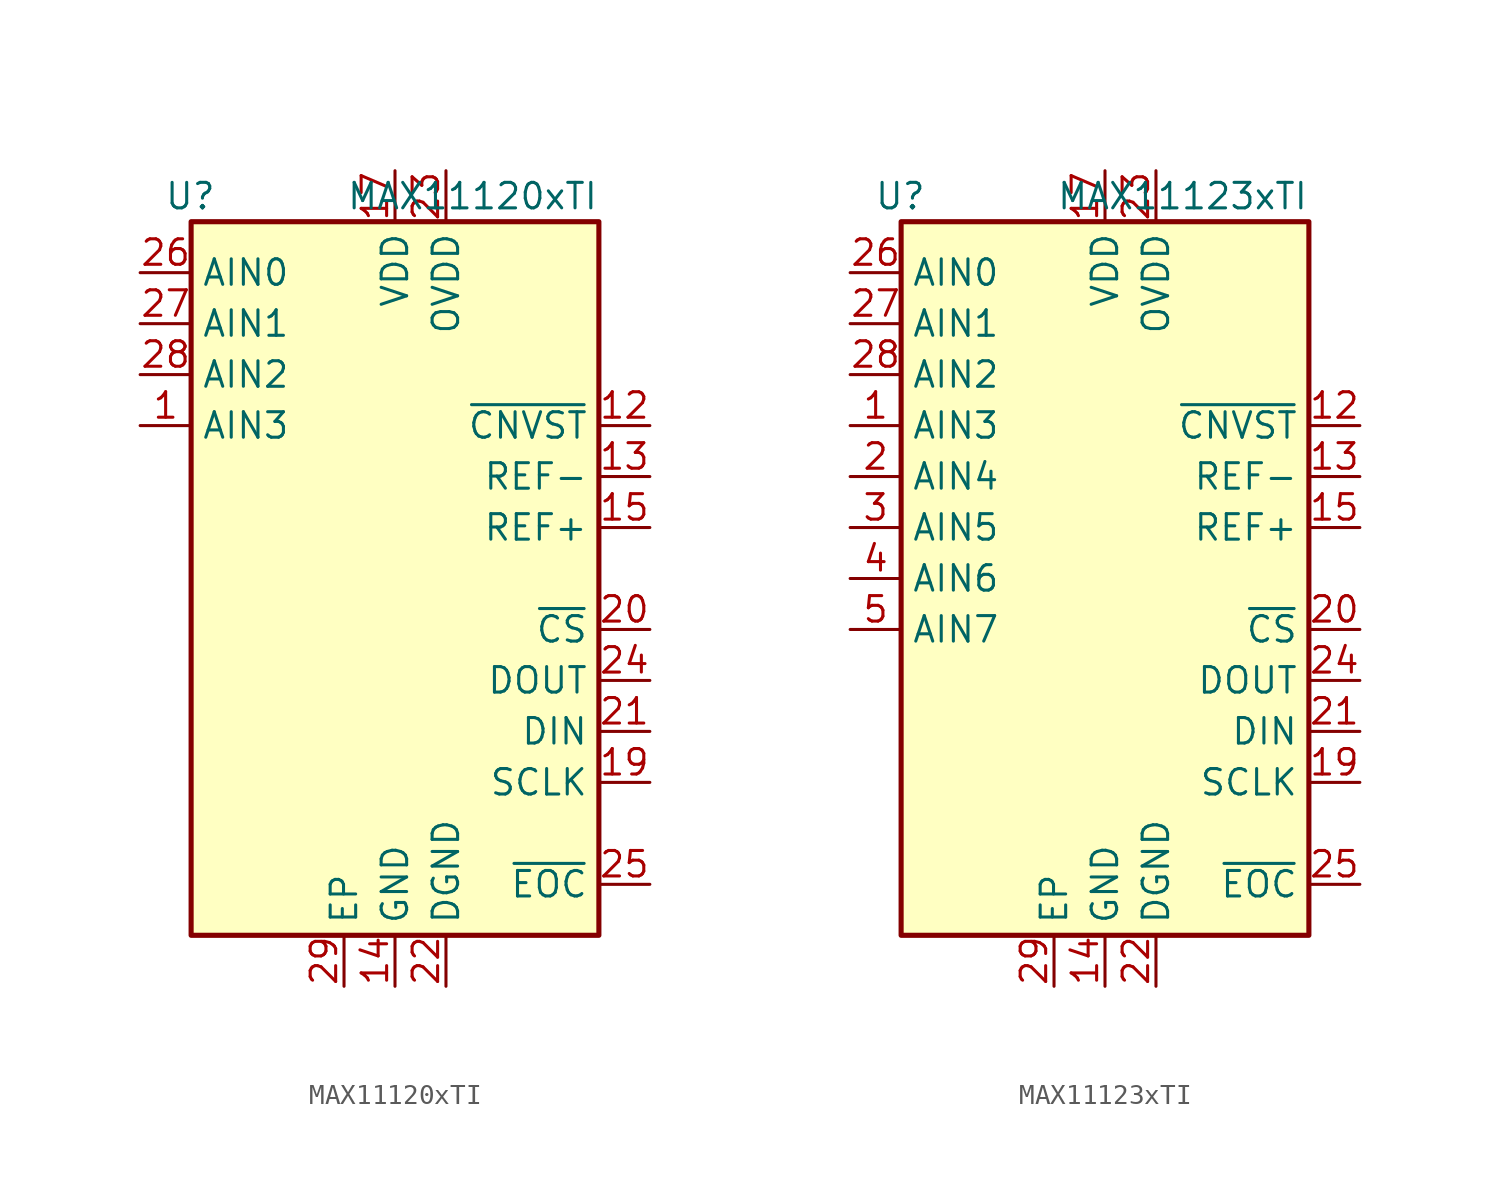
<source format=kicad_sym>
(kicad_symbol_lib
  (version 20241209)
  (generator "kicad_symbol_editor")
  (generator_version "9.0")
  (symbol "MAX11120xTI"
    (property "Reference" "U"
      (at -8.89 19.05 0)
      (effects (font (size 1.27 1.27)) (justify right)))
    (property "Value" "MAX11120xTI"
      (at 10.16 19.05 0)
      (effects (font (size 1.27 1.27)) (justify right)))
    (symbol "MAX11120xTI_0_1"
      (rectangle (start 10.16 17.78) (end -10.16 -17.78) (stroke (width 0.254) (type default)) (fill (type background))))
    (symbol "MAX11120xTI_1_1"
      (pin input line (at -12.7 15.24 0) (length 2.54) (name "AIN0" (effects (font (size 1.27 1.27)))) (number "26" (effects (font (size 1.27 1.27)))))
      (pin input line (at -12.7 12.7 0) (length 2.54) (name "AIN1" (effects (font (size 1.27 1.27)))) (number "27" (effects (font (size 1.27 1.27)))))
      (pin input line (at -12.7 10.16 0) (length 2.54) (name "AIN2" (effects (font (size 1.27 1.27)))) (number "28" (effects (font (size 1.27 1.27)))))
      (pin input line (at -12.7 7.62 0) (length 2.54) (name "AIN3" (effects (font (size 1.27 1.27)))) (number "1" (effects (font (size 1.27 1.27)))))
      (pin power_in line (at -2.54 -20.32 90) (length 2.54) (name "EP" (effects (font (size 1.27 1.27)))) (number "29" (effects (font (size 1.27 1.27)))))
      (pin power_in line (at 0 20.32 270) (length 2.54) (name "VDD" (effects (font (size 1.27 1.27)))) (number "17" (effects (font (size 1.27 1.27)))))
      (pin passive line (at 0 20.32 270) (length 2.54) (hide yes) (name "VDD" (effects (font (size 1.27 1.27)))) (number "18" (effects (font (size 1.27 1.27)))))
      (pin passive line (at 0 -20.32 90) (length 2.54) (hide yes) (name "GND" (effects (font (size 1.27 1.27)))) (number "10" (effects (font (size 1.27 1.27)))))
      (pin passive line (at 0 -20.32 90) (length 2.54) (hide yes) (name "GND" (effects (font (size 1.27 1.27)))) (number "11" (effects (font (size 1.27 1.27)))))
      (pin power_in line (at 0 -20.32 90) (length 2.54) (name "GND" (effects (font (size 1.27 1.27)))) (number "14" (effects (font (size 1.27 1.27)))))
      (pin passive line (at 0 -20.32 90) (length 2.54) (hide yes) (name "GND" (effects (font (size 1.27 1.27)))) (number "16" (effects (font (size 1.27 1.27)))))
      (pin passive line (at 0 -20.32 90) (length 2.54) (hide yes) (name "GND" (effects (font (size 1.27 1.27)))) (number "2" (effects (font (size 1.27 1.27)))))
      (pin passive line (at 0 -20.32 90) (length 2.54) (hide yes) (name "GND" (effects (font (size 1.27 1.27)))) (number "3" (effects (font (size 1.27 1.27)))))
      (pin passive line (at 0 -20.32 90) (length 2.54) (hide yes) (name "GND" (effects (font (size 1.27 1.27)))) (number "4" (effects (font (size 1.27 1.27)))))
      (pin passive line (at 0 -20.32 90) (length 2.54) (hide yes) (name "GND" (effects (font (size 1.27 1.27)))) (number "5" (effects (font (size 1.27 1.27)))))
      (pin passive line (at 0 -20.32 90) (length 2.54) (hide yes) (name "GND" (effects (font (size 1.27 1.27)))) (number "6" (effects (font (size 1.27 1.27)))))
      (pin passive line (at 0 -20.32 90) (length 2.54) (hide yes) (name "GND" (effects (font (size 1.27 1.27)))) (number "7" (effects (font (size 1.27 1.27)))))
      (pin passive line (at 0 -20.32 90) (length 2.54) (hide yes) (name "GND" (effects (font (size 1.27 1.27)))) (number "8" (effects (font (size 1.27 1.27)))))
      (pin passive line (at 0 -20.32 90) (length 2.54) (hide yes) (name "GND" (effects (font (size 1.27 1.27)))) (number "9" (effects (font (size 1.27 1.27)))))
      (pin power_in line (at 2.54 20.32 270) (length 2.54) (name "OVDD" (effects (font (size 1.27 1.27)))) (number "23" (effects (font (size 1.27 1.27)))))
      (pin power_in line (at 2.54 -20.32 90) (length 2.54) (name "DGND" (effects (font (size 1.27 1.27)))) (number "22" (effects (font (size 1.27 1.27)))))
      (pin input line (at 12.7 7.62 180) (length 2.54) (name "~{CNVST}" (effects (font (size 1.27 1.27)))) (number "12" (effects (font (size 1.27 1.27)))))
      (pin input line (at 12.7 5.08 180) (length 2.54) (name "REF-" (effects (font (size 1.27 1.27)))) (number "13" (effects (font (size 1.27 1.27)))))
      (pin input line (at 12.7 2.54 180) (length 2.54) (name "REF+" (effects (font (size 1.27 1.27)))) (number "15" (effects (font (size 1.27 1.27)))))
      (pin input line (at 12.7 -2.54 180) (length 2.54) (name "~{CS}" (effects (font (size 1.27 1.27)))) (number "20" (effects (font (size 1.27 1.27)))))
      (pin output line (at 12.7 -5.08 180) (length 2.54) (name "DOUT" (effects (font (size 1.27 1.27)))) (number "24" (effects (font (size 1.27 1.27)))))
      (pin input line (at 12.7 -7.62 180) (length 2.54) (name "DIN" (effects (font (size 1.27 1.27)))) (number "21" (effects (font (size 1.27 1.27)))))
      (pin input line (at 12.7 -10.16 180) (length 2.54) (name "SCLK" (effects (font (size 1.27 1.27)))) (number "19" (effects (font (size 1.27 1.27)))))
      (pin output line (at 12.7 -15.24 180) (length 2.54) (name "~{EOC}" (effects (font (size 1.27 1.27)))) (number "25" (effects (font (size 1.27 1.27)))))))
  (symbol "MAX11123xTI"
    (property "Reference" "U"
      (at -8.89 19.05 0)
      (effects (font (size 1.27 1.27)) (justify right)))
    (property "Value" "MAX11123xTI"
      (at 10.16 19.05 0)
      (effects (font (size 1.27 1.27)) (justify right)))
    (symbol "MAX11123xTI_0_1"
      (rectangle (start 10.16 17.78) (end -10.16 -17.78) (stroke (width 0.254) (type default)) (fill (type background))))
    (symbol "MAX11123xTI_1_1"
      (pin input line (at -12.7 15.24 0) (length 2.54) (name "AIN0" (effects (font (size 1.27 1.27)))) (number "26" (effects (font (size 1.27 1.27)))))
      (pin input line (at -12.7 12.7 0) (length 2.54) (name "AIN1" (effects (font (size 1.27 1.27)))) (number "27" (effects (font (size 1.27 1.27)))))
      (pin input line (at -12.7 10.16 0) (length 2.54) (name "AIN2" (effects (font (size 1.27 1.27)))) (number "28" (effects (font (size 1.27 1.27)))))
      (pin input line (at -12.7 7.62 0) (length 2.54) (name "AIN3" (effects (font (size 1.27 1.27)))) (number "1" (effects (font (size 1.27 1.27)))))
      (pin input line (at -12.7 5.08 0) (length 2.54) (name "AIN4" (effects (font (size 1.27 1.27)))) (number "2" (effects (font (size 1.27 1.27)))))
      (pin input line (at -12.7 2.54 0) (length 2.54) (name "AIN5" (effects (font (size 1.27 1.27)))) (number "3" (effects (font (size 1.27 1.27)))))
      (pin input line (at -12.7 0 0) (length 2.54) (name "AIN6" (effects (font (size 1.27 1.27)))) (number "4" (effects (font (size 1.27 1.27)))))
      (pin input line (at -12.7 -2.54 0) (length 2.54) (name "AIN7" (effects (font (size 1.27 1.27)))) (number "5" (effects (font (size 1.27 1.27)))))
      (pin power_in line (at -2.54 -20.32 90) (length 2.54) (name "EP" (effects (font (size 1.27 1.27)))) (number "29" (effects (font (size 1.27 1.27)))))
      (pin power_in line (at 0 20.32 270) (length 2.54) (name "VDD" (effects (font (size 1.27 1.27)))) (number "17" (effects (font (size 1.27 1.27)))))
      (pin passive line (at 0 20.32 270) (length 2.54) (hide yes) (name "VDD" (effects (font (size 1.27 1.27)))) (number "18" (effects (font (size 1.27 1.27)))))
      (pin passive line (at 0 -20.32 90) (length 2.54) (hide yes) (name "GND" (effects (font (size 1.27 1.27)))) (number "10" (effects (font (size 1.27 1.27)))))
      (pin passive line (at 0 -20.32 90) (length 2.54) (hide yes) (name "GND" (effects (font (size 1.27 1.27)))) (number "11" (effects (font (size 1.27 1.27)))))
      (pin power_in line (at 0 -20.32 90) (length 2.54) (name "GND" (effects (font (size 1.27 1.27)))) (number "14" (effects (font (size 1.27 1.27)))))
      (pin passive line (at 0 -20.32 90) (length 2.54) (hide yes) (name "GND" (effects (font (size 1.27 1.27)))) (number "16" (effects (font (size 1.27 1.27)))))
      (pin passive line (at 0 -20.32 90) (length 2.54) (hide yes) (name "GND" (effects (font (size 1.27 1.27)))) (number "6" (effects (font (size 1.27 1.27)))))
      (pin passive line (at 0 -20.32 90) (length 2.54) (hide yes) (name "GND" (effects (font (size 1.27 1.27)))) (number "7" (effects (font (size 1.27 1.27)))))
      (pin passive line (at 0 -20.32 90) (length 2.54) (hide yes) (name "GND" (effects (font (size 1.27 1.27)))) (number "8" (effects (font (size 1.27 1.27)))))
      (pin passive line (at 0 -20.32 90) (length 2.54) (hide yes) (name "GND" (effects (font (size 1.27 1.27)))) (number "9" (effects (font (size 1.27 1.27)))))
      (pin power_in line (at 2.54 20.32 270) (length 2.54) (name "OVDD" (effects (font (size 1.27 1.27)))) (number "23" (effects (font (size 1.27 1.27)))))
      (pin power_in line (at 2.54 -20.32 90) (length 2.54) (name "DGND" (effects (font (size 1.27 1.27)))) (number "22" (effects (font (size 1.27 1.27)))))
      (pin input line (at 12.7 7.62 180) (length 2.54) (name "~{CNVST}" (effects (font (size 1.27 1.27)))) (number "12" (effects (font (size 1.27 1.27)))))
      (pin input line (at 12.7 5.08 180) (length 2.54) (name "REF-" (effects (font (size 1.27 1.27)))) (number "13" (effects (font (size 1.27 1.27)))))
      (pin input line (at 12.7 2.54 180) (length 2.54) (name "REF+" (effects (font (size 1.27 1.27)))) (number "15" (effects (font (size 1.27 1.27)))))
      (pin input line (at 12.7 -2.54 180) (length 2.54) (name "~{CS}" (effects (font (size 1.27 1.27)))) (number "20" (effects (font (size 1.27 1.27)))))
      (pin output line (at 12.7 -5.08 180) (length 2.54) (name "DOUT" (effects (font (size 1.27 1.27)))) (number "24" (effects (font (size 1.27 1.27)))))
      (pin input line (at 12.7 -7.62 180) (length 2.54) (name "DIN" (effects (font (size 1.27 1.27)))) (number "21" (effects (font (size 1.27 1.27)))))
      (pin input line (at 12.7 -10.16 180) (length 2.54) (name "SCLK" (effects (font (size 1.27 1.27)))) (number "19" (effects (font (size 1.27 1.27)))))
      (pin output line (at 12.7 -15.24 180) (length 2.54) (name "~{EOC}" (effects (font (size 1.27 1.27)))) (number "25" (effects (font (size 1.27 1.27))))))))
</source>
